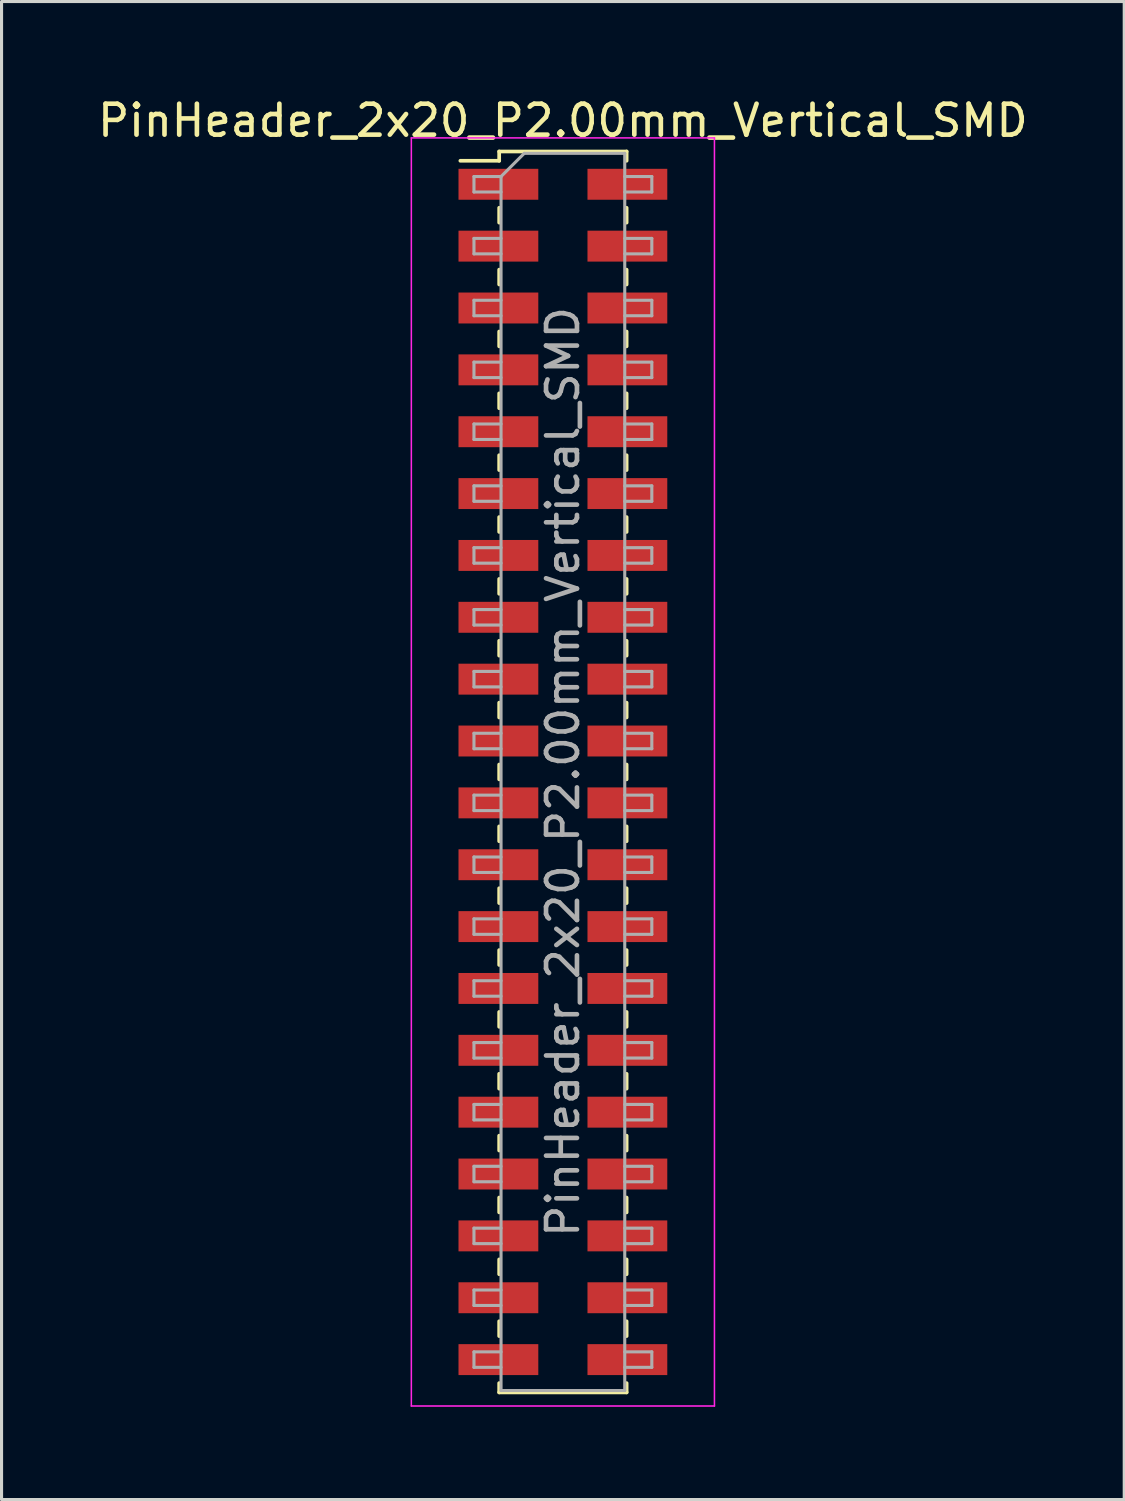
<source format=kicad_pcb>
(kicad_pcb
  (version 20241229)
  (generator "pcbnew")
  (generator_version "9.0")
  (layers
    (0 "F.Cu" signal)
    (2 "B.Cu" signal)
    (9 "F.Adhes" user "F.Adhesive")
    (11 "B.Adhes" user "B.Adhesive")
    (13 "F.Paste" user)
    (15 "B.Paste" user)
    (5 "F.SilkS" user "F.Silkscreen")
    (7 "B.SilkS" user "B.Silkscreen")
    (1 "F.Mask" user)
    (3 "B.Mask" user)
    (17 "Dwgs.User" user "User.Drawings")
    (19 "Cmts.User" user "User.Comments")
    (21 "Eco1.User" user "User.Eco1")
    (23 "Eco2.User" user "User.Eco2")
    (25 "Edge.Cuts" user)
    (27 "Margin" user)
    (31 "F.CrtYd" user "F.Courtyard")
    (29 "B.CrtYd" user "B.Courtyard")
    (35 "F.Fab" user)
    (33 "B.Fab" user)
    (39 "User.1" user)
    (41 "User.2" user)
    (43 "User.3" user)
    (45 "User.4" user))
  (footprint "PinHeader_2x20_P2.00mm_Vertical_SMD"
    (layer "F.Cu")
    (at 15.149 21.908)
    (property "Reference" "PinHeader_2x20_P2.00mm_Vertical_SMD" (at 0 -21.06 0) (layer "F.SilkS") (effects (font (size 1 1) (thickness 0.15))))
    (attr smd)
    (fp_line (start -3.315 -19.76) (end -2.06 -19.76) (stroke (width 0.12) (type solid)) (layer "F.SilkS"))
    (fp_line (start -2.06 -20.06) (end -2.06 -19.76) (stroke (width 0.12) (type solid)) (layer "F.SilkS"))
    (fp_line (start -2.06 -20.06) (end 2.06 -20.06) (stroke (width 0.12) (type solid)) (layer "F.SilkS"))
    (fp_line (start -2.06 -18.24) (end -2.06 -17.76) (stroke (width 0.12) (type solid)) (layer "F.SilkS"))
    (fp_line (start -2.06 -16.24) (end -2.06 -15.76) (stroke (width 0.12) (type solid)) (layer "F.SilkS"))
    (fp_line (start -2.06 -14.24) (end -2.06 -13.76) (stroke (width 0.12) (type solid)) (layer "F.SilkS"))
    (fp_line (start -2.06 -12.24) (end -2.06 -11.76) (stroke (width 0.12) (type solid)) (layer "F.SilkS"))
    (fp_line (start -2.06 -10.24) (end -2.06 -9.76) (stroke (width 0.12) (type solid)) (layer "F.SilkS"))
    (fp_line (start -2.06 -8.24) (end -2.06 -7.76) (stroke (width 0.12) (type solid)) (layer "F.SilkS"))
    (fp_line (start -2.06 -6.24) (end -2.06 -5.76) (stroke (width 0.12) (type solid)) (layer "F.SilkS"))
    (fp_line (start -2.06 -4.24) (end -2.06 -3.76) (stroke (width 0.12) (type solid)) (layer "F.SilkS"))
    (fp_line (start -2.06 -2.24) (end -2.06 -1.76) (stroke (width 0.12) (type solid)) (layer "F.SilkS"))
    (fp_line (start -2.06 -0.24) (end -2.06 0.24) (stroke (width 0.12) (type solid)) (layer "F.SilkS"))
    (fp_line (start -2.06 1.76) (end -2.06 2.24) (stroke (width 0.12) (type solid)) (layer "F.SilkS"))
    (fp_line (start -2.06 3.76) (end -2.06 4.24) (stroke (width 0.12) (type solid)) (layer "F.SilkS"))
    (fp_line (start -2.06 5.76) (end -2.06 6.24) (stroke (width 0.12) (type solid)) (layer "F.SilkS"))
    (fp_line (start -2.06 7.76) (end -2.06 8.24) (stroke (width 0.12) (type solid)) (layer "F.SilkS"))
    (fp_line (start -2.06 9.76) (end -2.06 10.24) (stroke (width 0.12) (type solid)) (layer "F.SilkS"))
    (fp_line (start -2.06 11.76) (end -2.06 12.24) (stroke (width 0.12) (type solid)) (layer "F.SilkS"))
    (fp_line (start -2.06 13.76) (end -2.06 14.24) (stroke (width 0.12) (type solid)) (layer "F.SilkS"))
    (fp_line (start -2.06 15.76) (end -2.06 16.24) (stroke (width 0.12) (type solid)) (layer "F.SilkS"))
    (fp_line (start -2.06 17.76) (end -2.06 18.24) (stroke (width 0.12) (type solid)) (layer "F.SilkS"))
    (fp_line (start -2.06 19.76) (end -2.06 20.06) (stroke (width 0.12) (type solid)) (layer "F.SilkS"))
    (fp_line (start -2.06 20.06) (end 2.06 20.06) (stroke (width 0.12) (type solid)) (layer "F.SilkS"))
    (fp_line (start 2.06 -20.06) (end 2.06 -19.76) (stroke (width 0.12) (type solid)) (layer "F.SilkS"))
    (fp_line (start 2.06 -18.24) (end 2.06 -17.76) (stroke (width 0.12) (type solid)) (layer "F.SilkS"))
    (fp_line (start 2.06 -16.24) (end 2.06 -15.76) (stroke (width 0.12) (type solid)) (layer "F.SilkS"))
    (fp_line (start 2.06 -14.24) (end 2.06 -13.76) (stroke (width 0.12) (type solid)) (layer "F.SilkS"))
    (fp_line (start 2.06 -12.24) (end 2.06 -11.76) (stroke (width 0.12) (type solid)) (layer "F.SilkS"))
    (fp_line (start 2.06 -10.24) (end 2.06 -9.76) (stroke (width 0.12) (type solid)) (layer "F.SilkS"))
    (fp_line (start 2.06 -8.24) (end 2.06 -7.76) (stroke (width 0.12) (type solid)) (layer "F.SilkS"))
    (fp_line (start 2.06 -6.24) (end 2.06 -5.76) (stroke (width 0.12) (type solid)) (layer "F.SilkS"))
    (fp_line (start 2.06 -4.24) (end 2.06 -3.76) (stroke (width 0.12) (type solid)) (layer "F.SilkS"))
    (fp_line (start 2.06 -2.24) (end 2.06 -1.76) (stroke (width 0.12) (type solid)) (layer "F.SilkS"))
    (fp_line (start 2.06 -0.24) (end 2.06 0.24) (stroke (width 0.12) (type solid)) (layer "F.SilkS"))
    (fp_line (start 2.06 1.76) (end 2.06 2.24) (stroke (width 0.12) (type solid)) (layer "F.SilkS"))
    (fp_line (start 2.06 3.76) (end 2.06 4.24) (stroke (width 0.12) (type solid)) (layer "F.SilkS"))
    (fp_line (start 2.06 5.76) (end 2.06 6.24) (stroke (width 0.12) (type solid)) (layer "F.SilkS"))
    (fp_line (start 2.06 7.76) (end 2.06 8.24) (stroke (width 0.12) (type solid)) (layer "F.SilkS"))
    (fp_line (start 2.06 9.76) (end 2.06 10.24) (stroke (width 0.12) (type solid)) (layer "F.SilkS"))
    (fp_line (start 2.06 11.76) (end 2.06 12.24) (stroke (width 0.12) (type solid)) (layer "F.SilkS"))
    (fp_line (start 2.06 13.76) (end 2.06 14.24) (stroke (width 0.12) (type solid)) (layer "F.SilkS"))
    (fp_line (start 2.06 15.76) (end 2.06 16.24) (stroke (width 0.12) (type solid)) (layer "F.SilkS"))
    (fp_line (start 2.06 17.76) (end 2.06 18.24) (stroke (width 0.12) (type solid)) (layer "F.SilkS"))
    (fp_line (start 2.06 19.76) (end 2.06 20.06) (stroke (width 0.12) (type solid)) (layer "F.SilkS"))
    (fp_line (start -4.9 -20.5) (end -4.9 20.5) (stroke (width 0.05) (type solid)) (layer "F.CrtYd"))
    (fp_line (start -4.9 20.5) (end 4.9 20.5) (stroke (width 0.05) (type solid)) (layer "F.CrtYd"))
    (fp_line (start 4.9 -20.5) (end -4.9 -20.5) (stroke (width 0.05) (type solid)) (layer "F.CrtYd"))
    (fp_line (start 4.9 20.5) (end 4.9 -20.5) (stroke (width 0.05) (type solid)) (layer "F.CrtYd"))
    (fp_line (start -2.875 -19.25) (end -2.875 -18.75) (stroke (width 0.1) (type solid)) (layer "F.Fab"))
    (fp_line (start -2.875 -18.75) (end -2 -18.75) (stroke (width 0.1) (type solid)) (layer "F.Fab"))
    (fp_line (start -2.875 -17.25) (end -2.875 -16.75) (stroke (width 0.1) (type solid)) (layer "F.Fab"))
    (fp_line (start -2.875 -16.75) (end -2 -16.75) (stroke (width 0.1) (type solid)) (layer "F.Fab"))
    (fp_line (start -2.875 -15.25) (end -2.875 -14.75) (stroke (width 0.1) (type solid)) (layer "F.Fab"))
    (fp_line (start -2.875 -14.75) (end -2 -14.75) (stroke (width 0.1) (type solid)) (layer "F.Fab"))
    (fp_line (start -2.875 -13.25) (end -2.875 -12.75) (stroke (width 0.1) (type solid)) (layer "F.Fab"))
    (fp_line (start -2.875 -12.75) (end -2 -12.75) (stroke (width 0.1) (type solid)) (layer "F.Fab"))
    (fp_line (start -2.875 -11.25) (end -2.875 -10.75) (stroke (width 0.1) (type solid)) (layer "F.Fab"))
    (fp_line (start -2.875 -10.75) (end -2 -10.75) (stroke (width 0.1) (type solid)) (layer "F.Fab"))
    (fp_line (start -2.875 -9.25) (end -2.875 -8.75) (stroke (width 0.1) (type solid)) (layer "F.Fab"))
    (fp_line (start -2.875 -8.75) (end -2 -8.75) (stroke (width 0.1) (type solid)) (layer "F.Fab"))
    (fp_line (start -2.875 -7.25) (end -2.875 -6.75) (stroke (width 0.1) (type solid)) (layer "F.Fab"))
    (fp_line (start -2.875 -6.75) (end -2 -6.75) (stroke (width 0.1) (type solid)) (layer "F.Fab"))
    (fp_line (start -2.875 -5.25) (end -2.875 -4.75) (stroke (width 0.1) (type solid)) (layer "F.Fab"))
    (fp_line (start -2.875 -4.75) (end -2 -4.75) (stroke (width 0.1) (type solid)) (layer "F.Fab"))
    (fp_line (start -2.875 -3.25) (end -2.875 -2.75) (stroke (width 0.1) (type solid)) (layer "F.Fab"))
    (fp_line (start -2.875 -2.75) (end -2 -2.75) (stroke (width 0.1) (type solid)) (layer "F.Fab"))
    (fp_line (start -2.875 -1.25) (end -2.875 -0.75) (stroke (width 0.1) (type solid)) (layer "F.Fab"))
    (fp_line (start -2.875 -0.75) (end -2 -0.75) (stroke (width 0.1) (type solid)) (layer "F.Fab"))
    (fp_line (start -2.875 0.75) (end -2.875 1.25) (stroke (width 0.1) (type solid)) (layer "F.Fab"))
    (fp_line (start -2.875 1.25) (end -2 1.25) (stroke (width 0.1) (type solid)) (layer "F.Fab"))
    (fp_line (start -2.875 2.75) (end -2.875 3.25) (stroke (width 0.1) (type solid)) (layer "F.Fab"))
    (fp_line (start -2.875 3.25) (end -2 3.25) (stroke (width 0.1) (type solid)) (layer "F.Fab"))
    (fp_line (start -2.875 4.75) (end -2.875 5.25) (stroke (width 0.1) (type solid)) (layer "F.Fab"))
    (fp_line (start -2.875 5.25) (end -2 5.25) (stroke (width 0.1) (type solid)) (layer "F.Fab"))
    (fp_line (start -2.875 6.75) (end -2.875 7.25) (stroke (width 0.1) (type solid)) (layer "F.Fab"))
    (fp_line (start -2.875 7.25) (end -2 7.25) (stroke (width 0.1) (type solid)) (layer "F.Fab"))
    (fp_line (start -2.875 8.75) (end -2.875 9.25) (stroke (width 0.1) (type solid)) (layer "F.Fab"))
    (fp_line (start -2.875 9.25) (end -2 9.25) (stroke (width 0.1) (type solid)) (layer "F.Fab"))
    (fp_line (start -2.875 10.75) (end -2.875 11.25) (stroke (width 0.1) (type solid)) (layer "F.Fab"))
    (fp_line (start -2.875 11.25) (end -2 11.25) (stroke (width 0.1) (type solid)) (layer "F.Fab"))
    (fp_line (start -2.875 12.75) (end -2.875 13.25) (stroke (width 0.1) (type solid)) (layer "F.Fab"))
    (fp_line (start -2.875 13.25) (end -2 13.25) (stroke (width 0.1) (type solid)) (layer "F.Fab"))
    (fp_line (start -2.875 14.75) (end -2.875 15.25) (stroke (width 0.1) (type solid)) (layer "F.Fab"))
    (fp_line (start -2.875 15.25) (end -2 15.25) (stroke (width 0.1) (type solid)) (layer "F.Fab"))
    (fp_line (start -2.875 16.75) (end -2.875 17.25) (stroke (width 0.1) (type solid)) (layer "F.Fab"))
    (fp_line (start -2.875 17.25) (end -2 17.25) (stroke (width 0.1) (type solid)) (layer "F.Fab"))
    (fp_line (start -2.875 18.75) (end -2.875 19.25) (stroke (width 0.1) (type solid)) (layer "F.Fab"))
    (fp_line (start -2.875 19.25) (end -2 19.25) (stroke (width 0.1) (type solid)) (layer "F.Fab"))
    (fp_line (start -2 -19.25) (end -2.875 -19.25) (stroke (width 0.1) (type solid)) (layer "F.Fab"))
    (fp_line (start -2 -19.25) (end -1.25 -20) (stroke (width 0.1) (type solid)) (layer "F.Fab"))
    (fp_line (start -2 -17.25) (end -2.875 -17.25) (stroke (width 0.1) (type solid)) (layer "F.Fab"))
    (fp_line (start -2 -15.25) (end -2.875 -15.25) (stroke (width 0.1) (type solid)) (layer "F.Fab"))
    (fp_line (start -2 -13.25) (end -2.875 -13.25) (stroke (width 0.1) (type solid)) (layer "F.Fab"))
    (fp_line (start -2 -11.25) (end -2.875 -11.25) (stroke (width 0.1) (type solid)) (layer "F.Fab"))
    (fp_line (start -2 -9.25) (end -2.875 -9.25) (stroke (width 0.1) (type solid)) (layer "F.Fab"))
    (fp_line (start -2 -7.25) (end -2.875 -7.25) (stroke (width 0.1) (type solid)) (layer "F.Fab"))
    (fp_line (start -2 -5.25) (end -2.875 -5.25) (stroke (width 0.1) (type solid)) (layer "F.Fab"))
    (fp_line (start -2 -3.25) (end -2.875 -3.25) (stroke (width 0.1) (type solid)) (layer "F.Fab"))
    (fp_line (start -2 -1.25) (end -2.875 -1.25) (stroke (width 0.1) (type solid)) (layer "F.Fab"))
    (fp_line (start -2 0.75) (end -2.875 0.75) (stroke (width 0.1) (type solid)) (layer "F.Fab"))
    (fp_line (start -2 2.75) (end -2.875 2.75) (stroke (width 0.1) (type solid)) (layer "F.Fab"))
    (fp_line (start -2 4.75) (end -2.875 4.75) (stroke (width 0.1) (type solid)) (layer "F.Fab"))
    (fp_line (start -2 6.75) (end -2.875 6.75) (stroke (width 0.1) (type solid)) (layer "F.Fab"))
    (fp_line (start -2 8.75) (end -2.875 8.75) (stroke (width 0.1) (type solid)) (layer "F.Fab"))
    (fp_line (start -2 10.75) (end -2.875 10.75) (stroke (width 0.1) (type solid)) (layer "F.Fab"))
    (fp_line (start -2 12.75) (end -2.875 12.75) (stroke (width 0.1) (type solid)) (layer "F.Fab"))
    (fp_line (start -2 14.75) (end -2.875 14.75) (stroke (width 0.1) (type solid)) (layer "F.Fab"))
    (fp_line (start -2 16.75) (end -2.875 16.75) (stroke (width 0.1) (type solid)) (layer "F.Fab"))
    (fp_line (start -2 18.75) (end -2.875 18.75) (stroke (width 0.1) (type solid)) (layer "F.Fab"))
    (fp_line (start -2 20) (end -2 -19.25) (stroke (width 0.1) (type solid)) (layer "F.Fab"))
    (fp_line (start -1.25 -20) (end 2 -20) (stroke (width 0.1) (type solid)) (layer "F.Fab"))
    (fp_line (start 2 -20) (end 2 20) (stroke (width 0.1) (type solid)) (layer "F.Fab"))
    (fp_line (start 2 -19.25) (end 2.875 -19.25) (stroke (width 0.1) (type solid)) (layer "F.Fab"))
    (fp_line (start 2 -17.25) (end 2.875 -17.25) (stroke (width 0.1) (type solid)) (layer "F.Fab"))
    (fp_line (start 2 -15.25) (end 2.875 -15.25) (stroke (width 0.1) (type solid)) (layer "F.Fab"))
    (fp_line (start 2 -13.25) (end 2.875 -13.25) (stroke (width 0.1) (type solid)) (layer "F.Fab"))
    (fp_line (start 2 -11.25) (end 2.875 -11.25) (stroke (width 0.1) (type solid)) (layer "F.Fab"))
    (fp_line (start 2 -9.25) (end 2.875 -9.25) (stroke (width 0.1) (type solid)) (layer "F.Fab"))
    (fp_line (start 2 -7.25) (end 2.875 -7.25) (stroke (width 0.1) (type solid)) (layer "F.Fab"))
    (fp_line (start 2 -5.25) (end 2.875 -5.25) (stroke (width 0.1) (type solid)) (layer "F.Fab"))
    (fp_line (start 2 -3.25) (end 2.875 -3.25) (stroke (width 0.1) (type solid)) (layer "F.Fab"))
    (fp_line (start 2 -1.25) (end 2.875 -1.25) (stroke (width 0.1) (type solid)) (layer "F.Fab"))
    (fp_line (start 2 0.75) (end 2.875 0.75) (stroke (width 0.1) (type solid)) (layer "F.Fab"))
    (fp_line (start 2 2.75) (end 2.875 2.75) (stroke (width 0.1) (type solid)) (layer "F.Fab"))
    (fp_line (start 2 4.75) (end 2.875 4.75) (stroke (width 0.1) (type solid)) (layer "F.Fab"))
    (fp_line (start 2 6.75) (end 2.875 6.75) (stroke (width 0.1) (type solid)) (layer "F.Fab"))
    (fp_line (start 2 8.75) (end 2.875 8.75) (stroke (width 0.1) (type solid)) (layer "F.Fab"))
    (fp_line (start 2 10.75) (end 2.875 10.75) (stroke (width 0.1) (type solid)) (layer "F.Fab"))
    (fp_line (start 2 12.75) (end 2.875 12.75) (stroke (width 0.1) (type solid)) (layer "F.Fab"))
    (fp_line (start 2 14.75) (end 2.875 14.75) (stroke (width 0.1) (type solid)) (layer "F.Fab"))
    (fp_line (start 2 16.75) (end 2.875 16.75) (stroke (width 0.1) (type solid)) (layer "F.Fab"))
    (fp_line (start 2 18.75) (end 2.875 18.75) (stroke (width 0.1) (type solid)) (layer "F.Fab"))
    (fp_line (start 2 20) (end -2 20) (stroke (width 0.1) (type solid)) (layer "F.Fab"))
    (fp_line (start 2.875 -19.25) (end 2.875 -18.75) (stroke (width 0.1) (type solid)) (layer "F.Fab"))
    (fp_line (start 2.875 -18.75) (end 2 -18.75) (stroke (width 0.1) (type solid)) (layer "F.Fab"))
    (fp_line (start 2.875 -17.25) (end 2.875 -16.75) (stroke (width 0.1) (type solid)) (layer "F.Fab"))
    (fp_line (start 2.875 -16.75) (end 2 -16.75) (stroke (width 0.1) (type solid)) (layer "F.Fab"))
    (fp_line (start 2.875 -15.25) (end 2.875 -14.75) (stroke (width 0.1) (type solid)) (layer "F.Fab"))
    (fp_line (start 2.875 -14.75) (end 2 -14.75) (stroke (width 0.1) (type solid)) (layer "F.Fab"))
    (fp_line (start 2.875 -13.25) (end 2.875 -12.75) (stroke (width 0.1) (type solid)) (layer "F.Fab"))
    (fp_line (start 2.875 -12.75) (end 2 -12.75) (stroke (width 0.1) (type solid)) (layer "F.Fab"))
    (fp_line (start 2.875 -11.25) (end 2.875 -10.75) (stroke (width 0.1) (type solid)) (layer "F.Fab"))
    (fp_line (start 2.875 -10.75) (end 2 -10.75) (stroke (width 0.1) (type solid)) (layer "F.Fab"))
    (fp_line (start 2.875 -9.25) (end 2.875 -8.75) (stroke (width 0.1) (type solid)) (layer "F.Fab"))
    (fp_line (start 2.875 -8.75) (end 2 -8.75) (stroke (width 0.1) (type solid)) (layer "F.Fab"))
    (fp_line (start 2.875 -7.25) (end 2.875 -6.75) (stroke (width 0.1) (type solid)) (layer "F.Fab"))
    (fp_line (start 2.875 -6.75) (end 2 -6.75) (stroke (width 0.1) (type solid)) (layer "F.Fab"))
    (fp_line (start 2.875 -5.25) (end 2.875 -4.75) (stroke (width 0.1) (type solid)) (layer "F.Fab"))
    (fp_line (start 2.875 -4.75) (end 2 -4.75) (stroke (width 0.1) (type solid)) (layer "F.Fab"))
    (fp_line (start 2.875 -3.25) (end 2.875 -2.75) (stroke (width 0.1) (type solid)) (layer "F.Fab"))
    (fp_line (start 2.875 -2.75) (end 2 -2.75) (stroke (width 0.1) (type solid)) (layer "F.Fab"))
    (fp_line (start 2.875 -1.25) (end 2.875 -0.75) (stroke (width 0.1) (type solid)) (layer "F.Fab"))
    (fp_line (start 2.875 -0.75) (end 2 -0.75) (stroke (width 0.1) (type solid)) (layer "F.Fab"))
    (fp_line (start 2.875 0.75) (end 2.875 1.25) (stroke (width 0.1) (type solid)) (layer "F.Fab"))
    (fp_line (start 2.875 1.25) (end 2 1.25) (stroke (width 0.1) (type solid)) (layer "F.Fab"))
    (fp_line (start 2.875 2.75) (end 2.875 3.25) (stroke (width 0.1) (type solid)) (layer "F.Fab"))
    (fp_line (start 2.875 3.25) (end 2 3.25) (stroke (width 0.1) (type solid)) (layer "F.Fab"))
    (fp_line (start 2.875 4.75) (end 2.875 5.25) (stroke (width 0.1) (type solid)) (layer "F.Fab"))
    (fp_line (start 2.875 5.25) (end 2 5.25) (stroke (width 0.1) (type solid)) (layer "F.Fab"))
    (fp_line (start 2.875 6.75) (end 2.875 7.25) (stroke (width 0.1) (type solid)) (layer "F.Fab"))
    (fp_line (start 2.875 7.25) (end 2 7.25) (stroke (width 0.1) (type solid)) (layer "F.Fab"))
    (fp_line (start 2.875 8.75) (end 2.875 9.25) (stroke (width 0.1) (type solid)) (layer "F.Fab"))
    (fp_line (start 2.875 9.25) (end 2 9.25) (stroke (width 0.1) (type solid)) (layer "F.Fab"))
    (fp_line (start 2.875 10.75) (end 2.875 11.25) (stroke (width 0.1) (type solid)) (layer "F.Fab"))
    (fp_line (start 2.875 11.25) (end 2 11.25) (stroke (width 0.1) (type solid)) (layer "F.Fab"))
    (fp_line (start 2.875 12.75) (end 2.875 13.25) (stroke (width 0.1) (type solid)) (layer "F.Fab"))
    (fp_line (start 2.875 13.25) (end 2 13.25) (stroke (width 0.1) (type solid)) (layer "F.Fab"))
    (fp_line (start 2.875 14.75) (end 2.875 15.25) (stroke (width 0.1) (type solid)) (layer "F.Fab"))
    (fp_line (start 2.875 15.25) (end 2 15.25) (stroke (width 0.1) (type solid)) (layer "F.Fab"))
    (fp_line (start 2.875 16.75) (end 2.875 17.25) (stroke (width 0.1) (type solid)) (layer "F.Fab"))
    (fp_line (start 2.875 17.25) (end 2 17.25) (stroke (width 0.1) (type solid)) (layer "F.Fab"))
    (fp_line (start 2.875 18.75) (end 2.875 19.25) (stroke (width 0.1) (type solid)) (layer "F.Fab"))
    (fp_line (start 2.875 19.25) (end 2 19.25) (stroke (width 0.1) (type solid)) (layer "F.Fab"))
    (fp_text user "${REFERENCE}" (at 0 0 90) (layer "F.Fab") (effects (font (size 1 1) (thickness 0.15))))
    (pad "1" smd rect (at -2.085 -19) (size 2.58 1) (layers "F.Cu" "F.Mask" "F.Paste"))
    (pad "2" smd rect (at 2.085 -19) (size 2.58 1) (layers "F.Cu" "F.Mask" "F.Paste"))
    (pad "3" smd rect (at -2.085 -17) (size 2.58 1) (layers "F.Cu" "F.Mask" "F.Paste"))
    (pad "4" smd rect (at 2.085 -17) (size 2.58 1) (layers "F.Cu" "F.Mask" "F.Paste"))
    (pad "5" smd rect (at -2.085 -15) (size 2.58 1) (layers "F.Cu" "F.Mask" "F.Paste"))
    (pad "6" smd rect (at 2.085 -15) (size 2.58 1) (layers "F.Cu" "F.Mask" "F.Paste"))
    (pad "7" smd rect (at -2.085 -13) (size 2.58 1) (layers "F.Cu" "F.Mask" "F.Paste"))
    (pad "8" smd rect (at 2.085 -13) (size 2.58 1) (layers "F.Cu" "F.Mask" "F.Paste"))
    (pad "9" smd rect (at -2.085 -11) (size 2.58 1) (layers "F.Cu" "F.Mask" "F.Paste"))
    (pad "10" smd rect (at 2.085 -11) (size 2.58 1) (layers "F.Cu" "F.Mask" "F.Paste"))
    (pad "11" smd rect (at -2.085 -9) (size 2.58 1) (layers "F.Cu" "F.Mask" "F.Paste"))
    (pad "12" smd rect (at 2.085 -9) (size 2.58 1) (layers "F.Cu" "F.Mask" "F.Paste"))
    (pad "13" smd rect (at -2.085 -7) (size 2.58 1) (layers "F.Cu" "F.Mask" "F.Paste"))
    (pad "14" smd rect (at 2.085 -7) (size 2.58 1) (layers "F.Cu" "F.Mask" "F.Paste"))
    (pad "15" smd rect (at -2.085 -5) (size 2.58 1) (layers "F.Cu" "F.Mask" "F.Paste"))
    (pad "16" smd rect (at 2.085 -5) (size 2.58 1) (layers "F.Cu" "F.Mask" "F.Paste"))
    (pad "17" smd rect (at -2.085 -3) (size 2.58 1) (layers "F.Cu" "F.Mask" "F.Paste"))
    (pad "18" smd rect (at 2.085 -3) (size 2.58 1) (layers "F.Cu" "F.Mask" "F.Paste"))
    (pad "19" smd rect (at -2.085 -1) (size 2.58 1) (layers "F.Cu" "F.Mask" "F.Paste"))
    (pad "20" smd rect (at 2.085 -1) (size 2.58 1) (layers "F.Cu" "F.Mask" "F.Paste"))
    (pad "21" smd rect (at -2.085 1) (size 2.58 1) (layers "F.Cu" "F.Mask" "F.Paste"))
    (pad "22" smd rect (at 2.085 1) (size 2.58 1) (layers "F.Cu" "F.Mask" "F.Paste"))
    (pad "23" smd rect (at -2.085 3) (size 2.58 1) (layers "F.Cu" "F.Mask" "F.Paste"))
    (pad "24" smd rect (at 2.085 3) (size 2.58 1) (layers "F.Cu" "F.Mask" "F.Paste"))
    (pad "25" smd rect (at -2.085 5) (size 2.58 1) (layers "F.Cu" "F.Mask" "F.Paste"))
    (pad "26" smd rect (at 2.085 5) (size 2.58 1) (layers "F.Cu" "F.Mask" "F.Paste"))
    (pad "27" smd rect (at -2.085 7) (size 2.58 1) (layers "F.Cu" "F.Mask" "F.Paste"))
    (pad "28" smd rect (at 2.085 7) (size 2.58 1) (layers "F.Cu" "F.Mask" "F.Paste"))
    (pad "29" smd rect (at -2.085 9) (size 2.58 1) (layers "F.Cu" "F.Mask" "F.Paste"))
    (pad "30" smd rect (at 2.085 9) (size 2.58 1) (layers "F.Cu" "F.Mask" "F.Paste"))
    (pad "31" smd rect (at -2.085 11) (size 2.58 1) (layers "F.Cu" "F.Mask" "F.Paste"))
    (pad "32" smd rect (at 2.085 11) (size 2.58 1) (layers "F.Cu" "F.Mask" "F.Paste"))
    (pad "33" smd rect (at -2.085 13) (size 2.58 1) (layers "F.Cu" "F.Mask" "F.Paste"))
    (pad "34" smd rect (at 2.085 13) (size 2.58 1) (layers "F.Cu" "F.Mask" "F.Paste"))
    (pad "35" smd rect (at -2.085 15) (size 2.58 1) (layers "F.Cu" "F.Mask" "F.Paste"))
    (pad "36" smd rect (at 2.085 15) (size 2.58 1) (layers "F.Cu" "F.Mask" "F.Paste"))
    (pad "37" smd rect (at -2.085 17) (size 2.58 1) (layers "F.Cu" "F.Mask" "F.Paste"))
    (pad "38" smd rect (at 2.085 17) (size 2.58 1) (layers "F.Cu" "F.Mask" "F.Paste"))
    (pad "39" smd rect (at -2.085 19) (size 2.58 1) (layers "F.Cu" "F.Mask" "F.Paste"))
    (pad "40" smd rect (at 2.085 19) (size 2.58 1) (layers "F.Cu" "F.Mask" "F.Paste")))
  (gr_rect
    (start -3 -3)
    (end 33.298 45.433)
    (stroke (width 0.1) (type default))
    (fill no)
    (layer "Edge.Cuts")))
</source>
